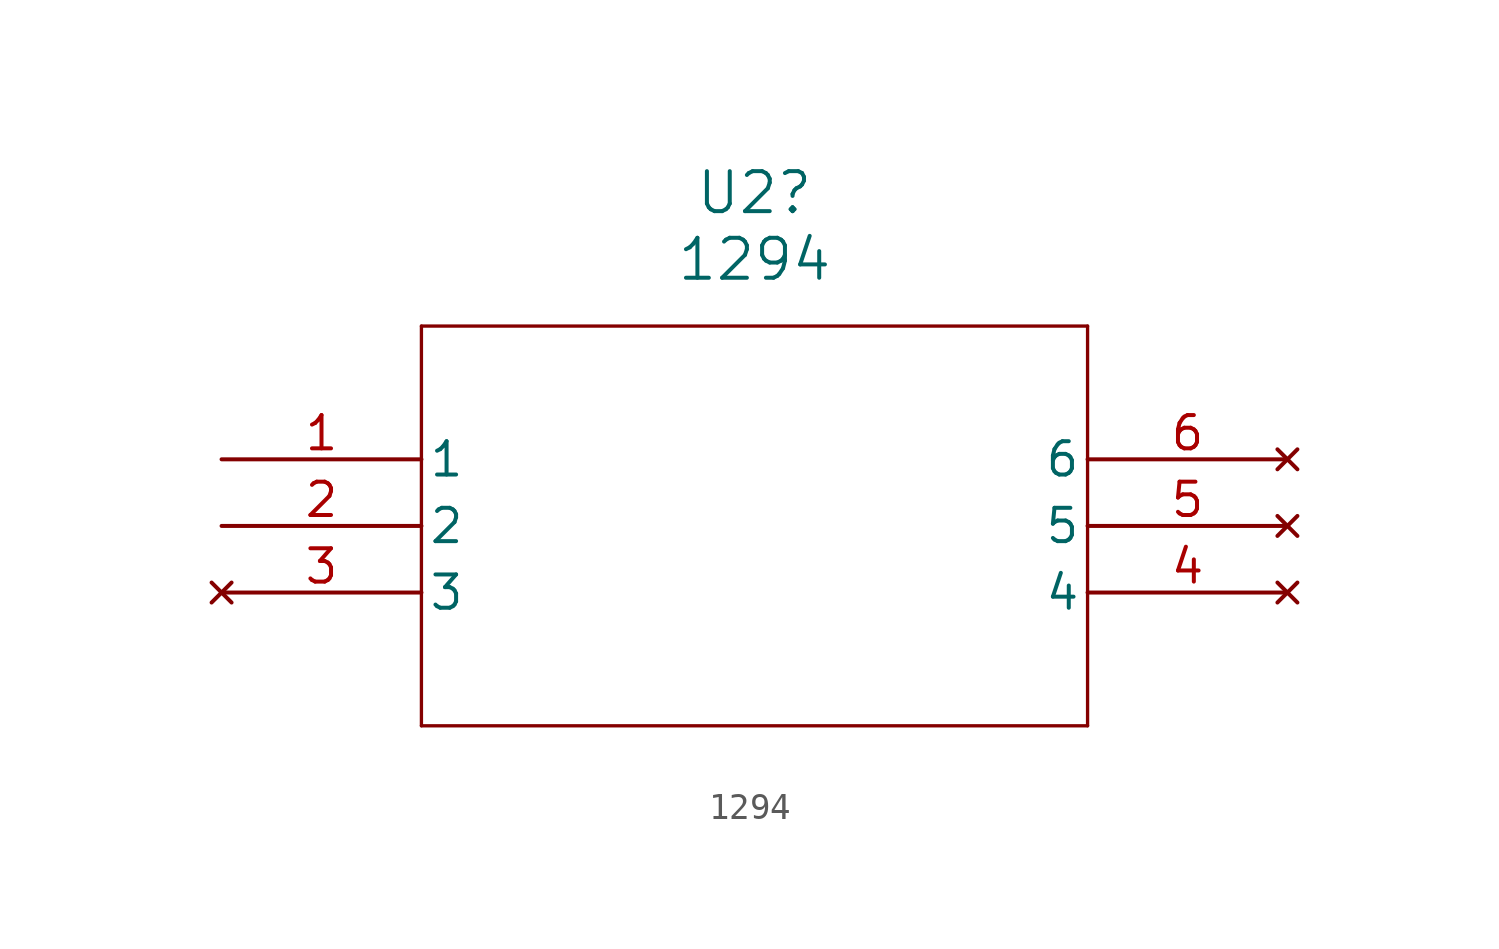
<source format=kicad_sym>
(kicad_symbol_lib
  (version 20231120)
  (generator "kicad_symbol_editor")
  (generator_version "8.0")
  (symbol "1294"
    (pin_names
      (offset 0.254))
    (property "Reference" "U2"
      (at 20.32 10.16 0)
      (effects (font (size 1.524 1.524))))
    (property "Value" "1294"
      (at 20.32 7.62 0)
      (effects (font (size 1.524 1.524))))
    (property "ki_locked" ""
      (at 0 0 0)
      (effects (font (size 1.27 1.27))))
    (symbol "1294_0_1"
      (polyline (pts (xy 7.62 -10.16) (xy 33.02 -10.16)) (stroke (width 0.127) (type default)) (fill (type none)))
      (polyline (pts (xy 7.62 5.08) (xy 7.62 -10.16)) (stroke (width 0.127) (type default)) (fill (type none)))
      (polyline (pts (xy 33.02 -10.16) (xy 33.02 5.08)) (stroke (width 0.127) (type default)) (fill (type none)))
      (polyline (pts (xy 33.02 5.08) (xy 7.62 5.08)) (stroke (width 0.127) (type default)) (fill (type none)))
      (pin no_connect line (at 0 -5.08 0) (length 7.62) (name "3" (effects (font (size 1.27 1.27)))) (number "3" (effects (font (size 1.27 1.27)))))
      (pin no_connect line (at 40.64 -5.08 180) (length 7.62) (name "4" (effects (font (size 1.27 1.27)))) (number "4" (effects (font (size 1.27 1.27)))))
      (pin no_connect line (at 40.64 -2.54 180) (length 7.62) (name "5" (effects (font (size 1.27 1.27)))) (number "5" (effects (font (size 1.27 1.27)))))
      (pin no_connect line (at 40.64 0 180) (length 7.62) (name "6" (effects (font (size 1.27 1.27)))) (number "6" (effects (font (size 1.27 1.27))))))
    (symbol "1294_1_1"
      (pin power_out line (at 0 0 0) (length 7.62) (name "1" (effects (font (size 1.27 1.27)))) (number "1" (effects (font (size 1.27 1.27)))))
      (pin power_out line (at 0 -2.54 0) (length 7.62) (name "2" (effects (font (size 1.27 1.27)))) (number "2" (effects (font (size 1.27 1.27))))))))
</source>
